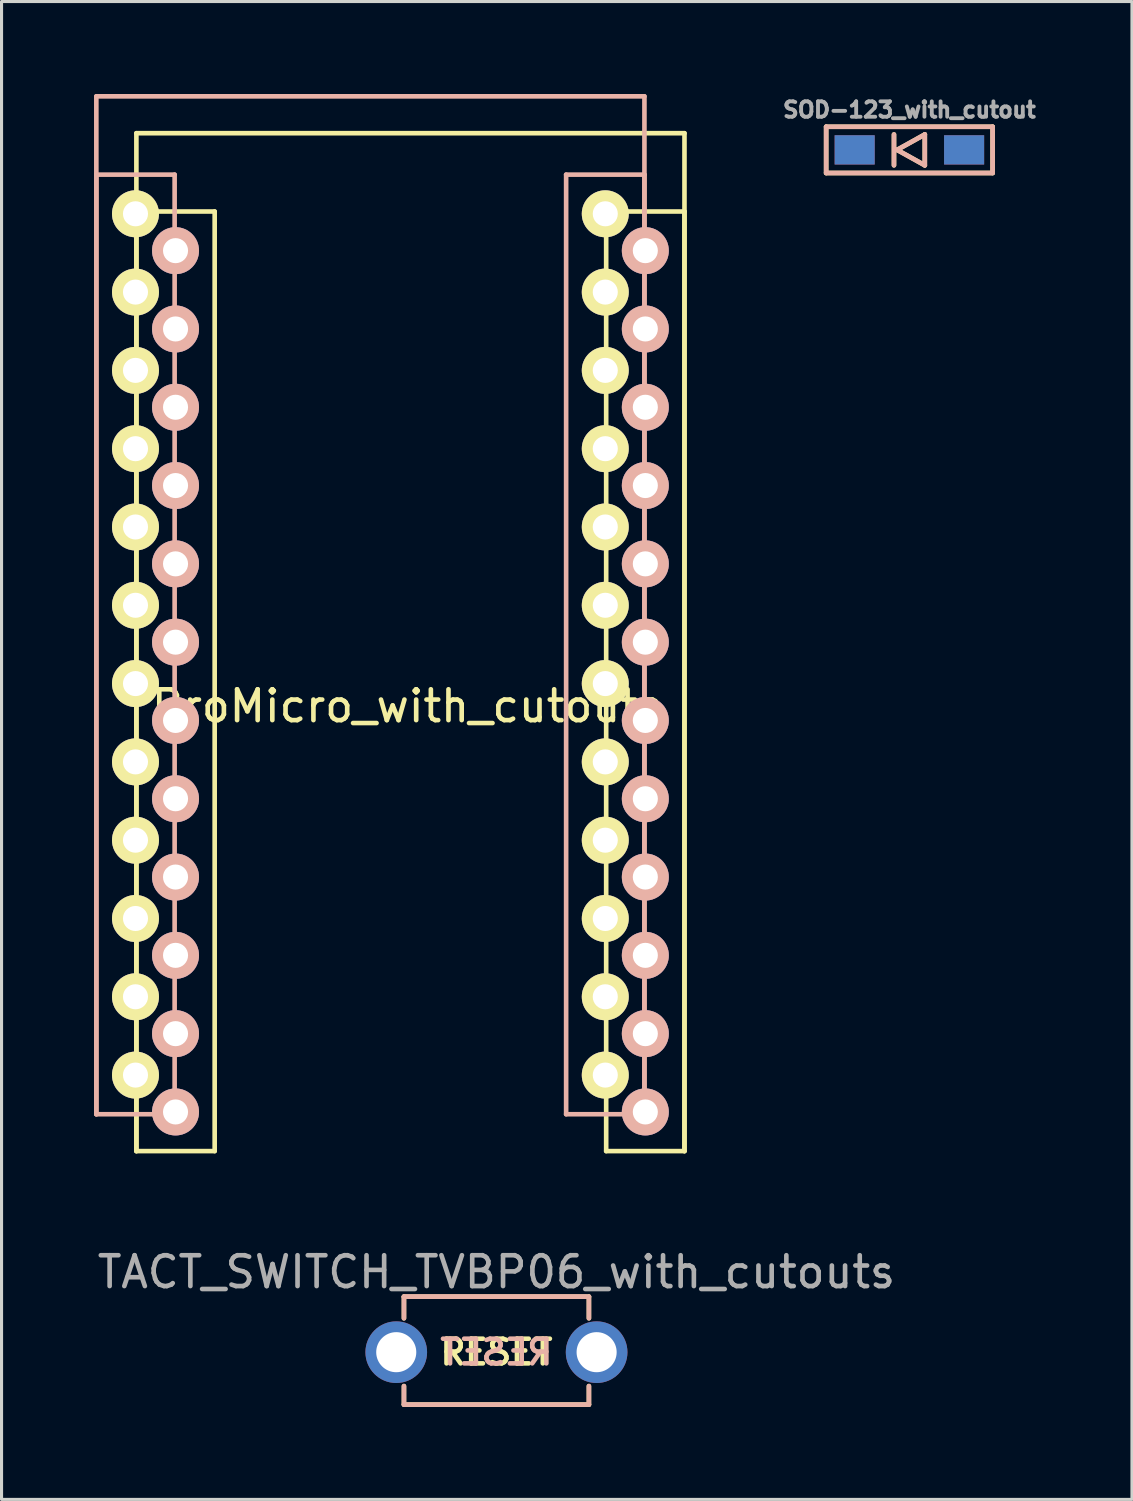
<source format=kicad_pcb>
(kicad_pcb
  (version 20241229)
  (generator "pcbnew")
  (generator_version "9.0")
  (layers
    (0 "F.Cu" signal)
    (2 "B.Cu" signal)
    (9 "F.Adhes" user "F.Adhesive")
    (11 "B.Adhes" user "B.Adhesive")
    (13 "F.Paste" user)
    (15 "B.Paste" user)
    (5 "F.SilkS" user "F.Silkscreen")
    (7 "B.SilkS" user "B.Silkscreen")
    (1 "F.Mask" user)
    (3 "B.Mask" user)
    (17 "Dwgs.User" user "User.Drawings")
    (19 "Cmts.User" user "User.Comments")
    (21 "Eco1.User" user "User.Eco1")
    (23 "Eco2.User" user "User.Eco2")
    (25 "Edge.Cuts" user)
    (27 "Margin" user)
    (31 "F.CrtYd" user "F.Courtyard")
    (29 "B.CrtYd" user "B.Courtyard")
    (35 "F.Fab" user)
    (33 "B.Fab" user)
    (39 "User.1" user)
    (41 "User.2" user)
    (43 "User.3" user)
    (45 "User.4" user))
  (footprint "TACT_SWITCH_TVBP06_with_cutouts"
    (layer "F.Cu")
    (at 13.054 40.814)
    (property "Reference" "TACT_SWITCH_TVBP06_with_cutouts" (at 0 -2.6 180) (layer "F.Fab") (effects (font (size 1 1) (thickness 0.15))))
    (attr through_hole)
    (fp_line (start -3 -1.8) (end -3 -1.1) (stroke (width 0.15) (type solid)) (layer "F.SilkS"))
    (fp_line (start -3 1.7) (end -3 1.1) (stroke (width 0.15) (type solid)) (layer "F.SilkS"))
    (fp_line (start -3 1.7) (end 3 1.7) (stroke (width 0.15) (type solid)) (layer "F.SilkS"))
    (fp_line (start 3 -1.8) (end -3 -1.8) (stroke (width 0.15) (type solid)) (layer "F.SilkS"))
    (fp_line (start 3 -1.8) (end 3 -1.1) (stroke (width 0.15) (type solid)) (layer "F.SilkS"))
    (fp_line (start 3 1.7) (end 3 1.1) (stroke (width 0.15) (type solid)) (layer "F.SilkS"))
    (fp_line (start -3 -1.8) (end -3 -1.1) (stroke (width 0.15) (type solid)) (layer "B.SilkS"))
    (fp_line (start -3 -1.8) (end 2.9 -1.8) (stroke (width 0.15) (type solid)) (layer "B.SilkS"))
    (fp_line (start -3 -1.8) (end 3 -1.8) (stroke (width 0.15) (type solid)) (layer "B.SilkS"))
    (fp_line (start -3 1.7) (end -3 1.1) (stroke (width 0.15) (type solid)) (layer "B.SilkS"))
    (fp_line (start 3 -1.8) (end 3 -1.1) (stroke (width 0.15) (type solid)) (layer "B.SilkS"))
    (fp_line (start 3 1.7) (end -3 1.7) (stroke (width 0.15) (type solid)) (layer "B.SilkS"))
    (fp_line (start 3 1.7) (end 3 1.1) (stroke (width 0.15) (type solid)) (layer "B.SilkS"))
    (fp_circle (center -3.25 0) (end -2.25 0) (stroke (width 0.15) (type default)) (fill no) (layer "User.5"))
    (fp_circle (center 3.25 0) (end 4.25 0) (stroke (width 0.15) (type default)) (fill no) (layer "User.5"))
    (fp_text user "RESET" (at 0 0 0) (layer "F.SilkS") (effects (font (size 0.8 0.8) (thickness 0.15))))
    (fp_text user "RESET" (at 0 0 0) (layer "B.SilkS") (effects (font (size 0.8 0.8) (thickness 0.15)) (justify mirror)))
    (pad "1" thru_hole circle (at -3.25 0) (size 2 2) (drill 1.3) (layers "*.Cu" "*.Mask"))
    (pad "2" thru_hole circle (at 3.25 0) (size 2 2) (drill 1.3) (layers "*.Cu" "*.Mask")))
  (footprint "ProMicro_with_cutouts"
    (layer "F.Cu")
    (at 10.165 18.655)
    (property "Reference" "ProMicro_with_cutouts" (at 0 1.2 0) (layer "F.SilkS") (effects (font (size 1 1) (thickness 0.15))))
    (attr through_hole)
    (fp_line (start -8.791 -17.384) (end -8.791 15.636) (stroke (width 0.15) (type solid)) (layer "F.SilkS"))
    (fp_line (start -8.791 -14.844) (end -8.791 15.636) (stroke (width 0.15) (type solid)) (layer "F.SilkS"))
    (fp_line (start -8.791 15.636) (end -6.251 15.636) (stroke (width 0.15) (type solid)) (layer "F.SilkS"))
    (fp_line (start -6.251 -14.844) (end -8.791 -14.844) (stroke (width 0.15) (type solid)) (layer "F.SilkS"))
    (fp_line (start -6.251 15.636) (end -6.251 -14.844) (stroke (width 0.15) (type solid)) (layer "F.SilkS"))
    (fp_line (start 6.449 -14.844) (end 6.449 15.636) (stroke (width 0.15) (type solid)) (layer "F.SilkS"))
    (fp_line (start 6.449 15.636) (end 8.989 15.636) (stroke (width 0.15) (type solid)) (layer "F.SilkS"))
    (fp_line (start 8.989 -17.384) (end -8.791 -17.384) (stroke (width 0.15) (type solid)) (layer "F.SilkS"))
    (fp_line (start 8.989 -14.844) (end 6.449 -14.844) (stroke (width 0.15) (type solid)) (layer "F.SilkS"))
    (fp_line (start 8.989 15.636) (end 8.989 -17.384) (stroke (width 0.15) (type solid)) (layer "F.SilkS"))
    (fp_line (start 8.989 15.636) (end 8.989 -14.844) (stroke (width 0.15) (type solid)) (layer "F.SilkS"))
    (fp_line (start -10.09 -18.58) (end 7.69 -18.58) (stroke (width 0.15) (type solid)) (layer "B.SilkS"))
    (fp_line (start -10.09 -16.04) (end -7.55 -16.04) (stroke (width 0.15) (type solid)) (layer "B.SilkS"))
    (fp_line (start -10.09 14.44) (end -10.09 -18.58) (stroke (width 0.15) (type solid)) (layer "B.SilkS"))
    (fp_line (start -10.09 14.44) (end -10.09 -16.04) (stroke (width 0.15) (type solid)) (layer "B.SilkS"))
    (fp_line (start -7.55 -16.04) (end -7.55 14.44) (stroke (width 0.15) (type solid)) (layer "B.SilkS"))
    (fp_line (start -7.55 14.44) (end -10.09 14.44) (stroke (width 0.15) (type solid)) (layer "B.SilkS"))
    (fp_line (start 5.15 -16.04) (end 7.69 -16.04) (stroke (width 0.15) (type solid)) (layer "B.SilkS"))
    (fp_line (start 5.15 14.44) (end 5.15 -16.04) (stroke (width 0.15) (type solid)) (layer "B.SilkS"))
    (fp_line (start 7.69 -18.58) (end 7.69 14.44) (stroke (width 0.15) (type solid)) (layer "B.SilkS"))
    (fp_line (start 7.69 -16.04) (end 7.69 14.44) (stroke (width 0.15) (type solid)) (layer "B.SilkS"))
    (fp_line (start 7.69 14.44) (end 5.15 14.44) (stroke (width 0.15) (type solid)) (layer "B.SilkS"))
    (fp_line (start -9.62 -14.77) (end -9.62 14.366) (stroke (width 0.1) (type default)) (layer "User.5"))
    (fp_line (start -8.82 -15.57) (end 7.719 -15.57) (stroke (width 0.1) (type default)) (layer "User.5"))
    (fp_line (start 7.719 15.166) (end -8.82 15.166) (stroke (width 0.1) (type default)) (layer "User.5"))
    (fp_line (start 8.519 -14.77) (end 8.519 14.366) (stroke (width 0.1) (type default)) (layer "User.5"))
    (fp_arc (start -9.620185 -14.770255) (mid -9.38587 -15.33594) (end -8.820185 -15.570255) (stroke (width 0.1) (type default)) (layer "User.5"))
    (fp_arc (start -8.820185 15.165745) (mid -9.38587 14.93143) (end -9.620185 14.365745) (stroke (width 0.1) (type default)) (layer "User.5"))
    (fp_arc (start 7.718815 -15.570255) (mid 8.2845 -15.33594) (end 8.518815 -14.770255) (stroke (width 0.1) (type default)) (layer "User.5"))
    (fp_arc (start 8.518815 14.365745) (mid 8.2845 14.93143) (end 7.718815 15.165745) (stroke (width 0.1) (type default)) (layer "User.5"))
    (fp_line (start -8.321 -13.574) (end -8.321 14.366) (stroke (width 0.1) (type default)) (layer "User.6"))
    (fp_line (start -6.721 -13.574) (end -6.721 14.366) (stroke (width 0.1) (type default)) (layer "User.6"))
    (fp_line (start 6.919 -13.574) (end 6.919 14.366) (stroke (width 0.1) (type default)) (layer "User.6"))
    (fp_line (start 8.519 -13.574) (end 8.519 14.366) (stroke (width 0.1) (type default)) (layer "User.6"))
    (fp_arc (start -8.321185 -13.574255) (mid -7.521185 -14.374255) (end -6.721185 -13.574255) (stroke (width 0.1) (type default)) (layer "User.6"))
    (fp_arc (start -6.721185 14.365745) (mid -7.521185 15.165745) (end -8.321185 14.365745) (stroke (width 0.1) (type default)) (layer "User.6"))
    (fp_arc (start 6.918815 -13.574255) (mid 7.718815 -14.374255) (end 8.518815 -13.574255) (stroke (width 0.1) (type default)) (layer "User.6"))
    (fp_arc (start 8.518815 14.365745) (mid 7.718815 15.165745) (end 6.918815 14.365745) (stroke (width 0.1) (type default)) (layer "User.6"))
    (fp_line (start -9.62 -14.77) (end -9.62 13.17) (stroke (width 0.1) (type default)) (layer "User.7"))
    (fp_line (start -8.02 -14.77) (end -8.02 13.17) (stroke (width 0.1) (type default)) (layer "User.7"))
    (fp_line (start 5.62 -14.77) (end 5.62 13.17) (stroke (width 0.1) (type default)) (layer "User.7"))
    (fp_line (start 7.22 -14.77) (end 7.22 13.17) (stroke (width 0.1) (type default)) (layer "User.7"))
    (fp_arc (start -9.620185 -14.770255) (mid -8.820185 -15.570255) (end -8.020185 -14.770255) (stroke (width 0.1) (type default)) (layer "User.7"))
    (fp_arc (start -8.020185 13.169745) (mid -8.820185 13.969745) (end -9.620185 13.169745) (stroke (width 0.1) (type default)) (layer "User.7"))
    (fp_arc (start 5.619815 -14.770255) (mid 6.419815 -15.570255) (end 7.219815 -14.770255) (stroke (width 0.1) (type default)) (layer "User.7"))
    (fp_arc (start 7.219815 13.169745) (mid 6.419815 13.969745) (end 5.619815 13.169745) (stroke (width 0.1) (type default)) (layer "User.7"))
    (pad "1" thru_hole circle (at -8.82 -14.77) (size 1.524 1.524) (drill 0.813) (layers "*.Cu" "*.Mask" "F.SilkS"))
    (pad "1" thru_hole circle (at 7.719 -13.574 180) (size 1.524 1.524) (drill 0.813) (layers "*.Cu" "*.Mask" "B.SilkS"))
    (pad "2" thru_hole circle (at -8.82 -12.23) (size 1.524 1.524) (drill 0.813) (layers "*.Cu" "*.Mask" "F.SilkS"))
    (pad "2" thru_hole circle (at 7.719 -11.034 180) (size 1.524 1.524) (drill 0.813) (layers "*.Cu" "*.Mask" "B.SilkS"))
    (pad "3" thru_hole circle (at -8.82 -9.69) (size 1.524 1.524) (drill 0.813) (layers "*.Cu" "*.Mask" "F.SilkS"))
    (pad "3" thru_hole circle (at 7.719 -8.494 180) (size 1.524 1.524) (drill 0.813) (layers "*.Cu" "*.Mask" "B.SilkS"))
    (pad "4" thru_hole circle (at -8.82 -7.15) (size 1.524 1.524) (drill 0.813) (layers "*.Cu" "*.Mask" "F.SilkS"))
    (pad "4" thru_hole circle (at 7.719 -5.954 180) (size 1.524 1.524) (drill 0.813) (layers "*.Cu" "*.Mask" "B.SilkS"))
    (pad "5" thru_hole circle (at -8.82 -4.61) (size 1.524 1.524) (drill 0.813) (layers "*.Cu" "*.Mask" "F.SilkS"))
    (pad "5" thru_hole circle (at 7.719 -3.414 180) (size 1.524 1.524) (drill 0.813) (layers "*.Cu" "*.Mask" "B.SilkS"))
    (pad "6" thru_hole circle (at -8.82 -2.07) (size 1.524 1.524) (drill 0.813) (layers "*.Cu" "*.Mask" "F.SilkS"))
    (pad "6" thru_hole circle (at 7.719 -0.874 180) (size 1.524 1.524) (drill 0.813) (layers "*.Cu" "*.Mask" "B.SilkS"))
    (pad "7" thru_hole circle (at -8.82 0.47) (size 1.524 1.524) (drill 0.813) (layers "*.Cu" "*.Mask" "F.SilkS"))
    (pad "7" thru_hole circle (at 7.719 1.666 180) (size 1.524 1.524) (drill 0.813) (layers "*.Cu" "*.Mask" "B.SilkS"))
    (pad "8" thru_hole circle (at -8.82 3.01) (size 1.524 1.524) (drill 0.813) (layers "*.Cu" "*.Mask" "F.SilkS"))
    (pad "8" thru_hole circle (at 7.719 4.206 180) (size 1.524 1.524) (drill 0.813) (layers "*.Cu" "*.Mask" "B.SilkS"))
    (pad "9" thru_hole circle (at -8.82 5.55) (size 1.524 1.524) (drill 0.813) (layers "*.Cu" "*.Mask" "F.SilkS"))
    (pad "9" thru_hole circle (at 7.719 6.746 180) (size 1.524 1.524) (drill 0.813) (layers "*.Cu" "*.Mask" "B.SilkS"))
    (pad "10" thru_hole circle (at -8.82 8.09) (size 1.524 1.524) (drill 0.813) (layers "*.Cu" "*.Mask" "F.SilkS"))
    (pad "10" thru_hole circle (at 7.719 9.286 180) (size 1.524 1.524) (drill 0.813) (layers "*.Cu" "*.Mask" "B.SilkS"))
    (pad "11" thru_hole circle (at -8.82 10.63) (size 1.524 1.524) (drill 0.813) (layers "*.Cu" "*.Mask" "F.SilkS"))
    (pad "11" thru_hole circle (at 7.719 11.826 180) (size 1.524 1.524) (drill 0.813) (layers "*.Cu" "*.Mask" "B.SilkS"))
    (pad "12" thru_hole circle (at -8.82 13.17) (size 1.524 1.524) (drill 0.813) (layers "*.Cu" "*.Mask" "F.SilkS"))
    (pad "12" thru_hole circle (at 7.719 14.366 180) (size 1.524 1.524) (drill 0.813) (layers "*.Cu" "*.Mask" "B.SilkS"))
    (pad "13" thru_hole circle (at -7.521 14.366 180) (size 1.524 1.524) (drill 0.813) (layers "*.Cu" "*.Mask" "B.SilkS"))
    (pad "13" thru_hole circle (at 6.42 13.17) (size 1.524 1.524) (drill 0.813) (layers "*.Cu" "*.Mask" "F.SilkS"))
    (pad "14" thru_hole circle (at -7.521 11.826 180) (size 1.524 1.524) (drill 0.813) (layers "*.Cu" "*.Mask" "B.SilkS"))
    (pad "14" thru_hole circle (at 6.42 10.63) (size 1.524 1.524) (drill 0.813) (layers "*.Cu" "*.Mask" "F.SilkS"))
    (pad "15" thru_hole circle (at -7.521 9.286 180) (size 1.524 1.524) (drill 0.813) (layers "*.Cu" "*.Mask" "B.SilkS"))
    (pad "15" thru_hole circle (at 6.42 8.09) (size 1.524 1.524) (drill 0.813) (layers "*.Cu" "*.Mask" "F.SilkS"))
    (pad "16" thru_hole circle (at -7.521 6.746 180) (size 1.524 1.524) (drill 0.813) (layers "*.Cu" "*.Mask" "B.SilkS"))
    (pad "16" thru_hole circle (at 6.42 5.55) (size 1.524 1.524) (drill 0.813) (layers "*.Cu" "*.Mask" "F.SilkS"))
    (pad "17" thru_hole circle (at -7.521 4.206 180) (size 1.524 1.524) (drill 0.813) (layers "*.Cu" "*.Mask" "B.SilkS"))
    (pad "17" thru_hole circle (at 6.42 3.01) (size 1.524 1.524) (drill 0.813) (layers "*.Cu" "*.Mask" "F.SilkS"))
    (pad "18" thru_hole circle (at -7.521 1.666 180) (size 1.524 1.524) (drill 0.813) (layers "*.Cu" "*.Mask" "B.SilkS"))
    (pad "18" thru_hole circle (at 6.42 0.47) (size 1.524 1.524) (drill 0.813) (layers "*.Cu" "*.Mask" "F.SilkS"))
    (pad "19" thru_hole circle (at -7.521 -0.874 180) (size 1.524 1.524) (drill 0.813) (layers "*.Cu" "*.Mask" "B.SilkS"))
    (pad "19" thru_hole circle (at 6.42 -2.07) (size 1.524 1.524) (drill 0.813) (layers "*.Cu" "*.Mask" "F.SilkS"))
    (pad "20" thru_hole circle (at -7.521 -3.414 180) (size 1.524 1.524) (drill 0.813) (layers "*.Cu" "*.Mask" "B.SilkS"))
    (pad "20" thru_hole circle (at 6.42 -4.61) (size 1.524 1.524) (drill 0.813) (layers "*.Cu" "*.Mask" "F.SilkS"))
    (pad "21" thru_hole circle (at -7.521 -5.954 180) (size 1.524 1.524) (drill 0.813) (layers "*.Cu" "*.Mask" "B.SilkS"))
    (pad "21" thru_hole circle (at 6.42 -7.15) (size 1.524 1.524) (drill 0.813) (layers "*.Cu" "*.Mask" "F.SilkS"))
    (pad "22" thru_hole circle (at -7.521 -8.494 180) (size 1.524 1.524) (drill 0.813) (layers "*.Cu" "*.Mask" "B.SilkS"))
    (pad "22" thru_hole circle (at 6.42 -9.69) (size 1.524 1.524) (drill 0.813) (layers "*.Cu" "*.Mask" "F.SilkS"))
    (pad "23" thru_hole circle (at -7.521 -11.034 180) (size 1.524 1.524) (drill 0.813) (layers "*.Cu" "*.Mask" "B.SilkS"))
    (pad "23" thru_hole circle (at 6.42 -12.23) (size 1.524 1.524) (drill 0.813) (layers "*.Cu" "*.Mask" "F.SilkS"))
    (pad "24" thru_hole circle (at -7.521 -13.574 180) (size 1.524 1.524) (drill 0.813) (layers "*.Cu" "*.Mask" "B.SilkS"))
    (pad "24" thru_hole circle (at 6.42 -14.77) (size 1.524 1.524) (drill 0.813) (layers "*.Cu" "*.Mask" "F.SilkS")))
  (footprint "SOD-123_with_cutout"
    (layer "F.Cu")
    (at 26.45 1.812)
    (property "Reference" "SOD-123_with_cutout" (at 0 -1.3 0) (layer "F.Fab") (effects (font (size 0.5 0.5) (thickness 0.125))))
    (attr smd)
    (fp_line (start -2.7 -0.75) (end -2.7 0.75) (stroke (width 0.15) (type solid)) (layer "F.SilkS"))
    (fp_line (start -2.7 0.75) (end 2.7 0.75) (stroke (width 0.15) (type solid)) (layer "F.SilkS"))
    (fp_line (start -0.5 -0.5) (end -0.5 0.5) (stroke (width 0.15) (type solid)) (layer "F.SilkS"))
    (fp_line (start -0.4 0) (end 0.5 -0.5) (stroke (width 0.15) (type solid)) (layer "F.SilkS"))
    (fp_line (start 0.5 -0.5) (end 0.5 0.5) (stroke (width 0.15) (type solid)) (layer "F.SilkS"))
    (fp_line (start 0.5 0.5) (end -0.4 0) (stroke (width 0.15) (type solid)) (layer "F.SilkS"))
    (fp_line (start 2.7 -0.75) (end -2.7 -0.75) (stroke (width 0.15) (type solid)) (layer "F.SilkS"))
    (fp_line (start 2.7 -0.75) (end 2.7 0.75) (stroke (width 0.15) (type solid)) (layer "F.SilkS"))
    (fp_line (start -2.7 -0.75) (end -2.7 0.75) (stroke (width 0.15) (type solid)) (layer "B.SilkS"))
    (fp_line (start -2.7 0.75) (end 2.7 0.75) (stroke (width 0.15) (type solid)) (layer "B.SilkS"))
    (fp_line (start -0.5 -0.5) (end -0.5 0.5) (stroke (width 0.15) (type solid)) (layer "B.SilkS"))
    (fp_line (start -0.4 0) (end 0.5 -0.5) (stroke (width 0.15) (type solid)) (layer "B.SilkS"))
    (fp_line (start 0.5 -0.5) (end 0.5 0.5) (stroke (width 0.15) (type solid)) (layer "B.SilkS"))
    (fp_line (start 0.5 0.5) (end -0.4 0) (stroke (width 0.15) (type solid)) (layer "B.SilkS"))
    (fp_line (start 2.7 -0.75) (end -2.7 -0.75) (stroke (width 0.15) (type solid)) (layer "B.SilkS"))
    (fp_line (start 2.7 0.75) (end 2.7 -0.75) (stroke (width 0.15) (type solid)) (layer "B.SilkS"))
    (fp_rect (start -2.6 -0.9) (end 2.6 0.9) (stroke (width 0.1) (type default)) (fill no) (layer "User.5"))
    (pad "1" smd rect (at -1.775 0) (size 1.3 0.95) (layers "F.Cu" "F.Mask" "F.Paste"))
    (pad "1" smd rect (at -1.775 0) (size 1.3 0.95) (layers "B.Cu" "B.Mask" "B.Paste"))
    (pad "2" smd rect (at 1.775 0) (size 1.3 0.95) (layers "F.Cu" "F.Mask" "F.Paste"))
    (pad "2" smd rect (at 1.775 0) (size 1.3 0.95) (layers "B.Cu" "B.Mask" "B.Paste")))
  (gr_rect
    (start -3 -3)
    (end 33.67 45.589)
    (stroke (width 0.1) (type default))
    (fill no)
    (layer "Edge.Cuts")))
</source>
